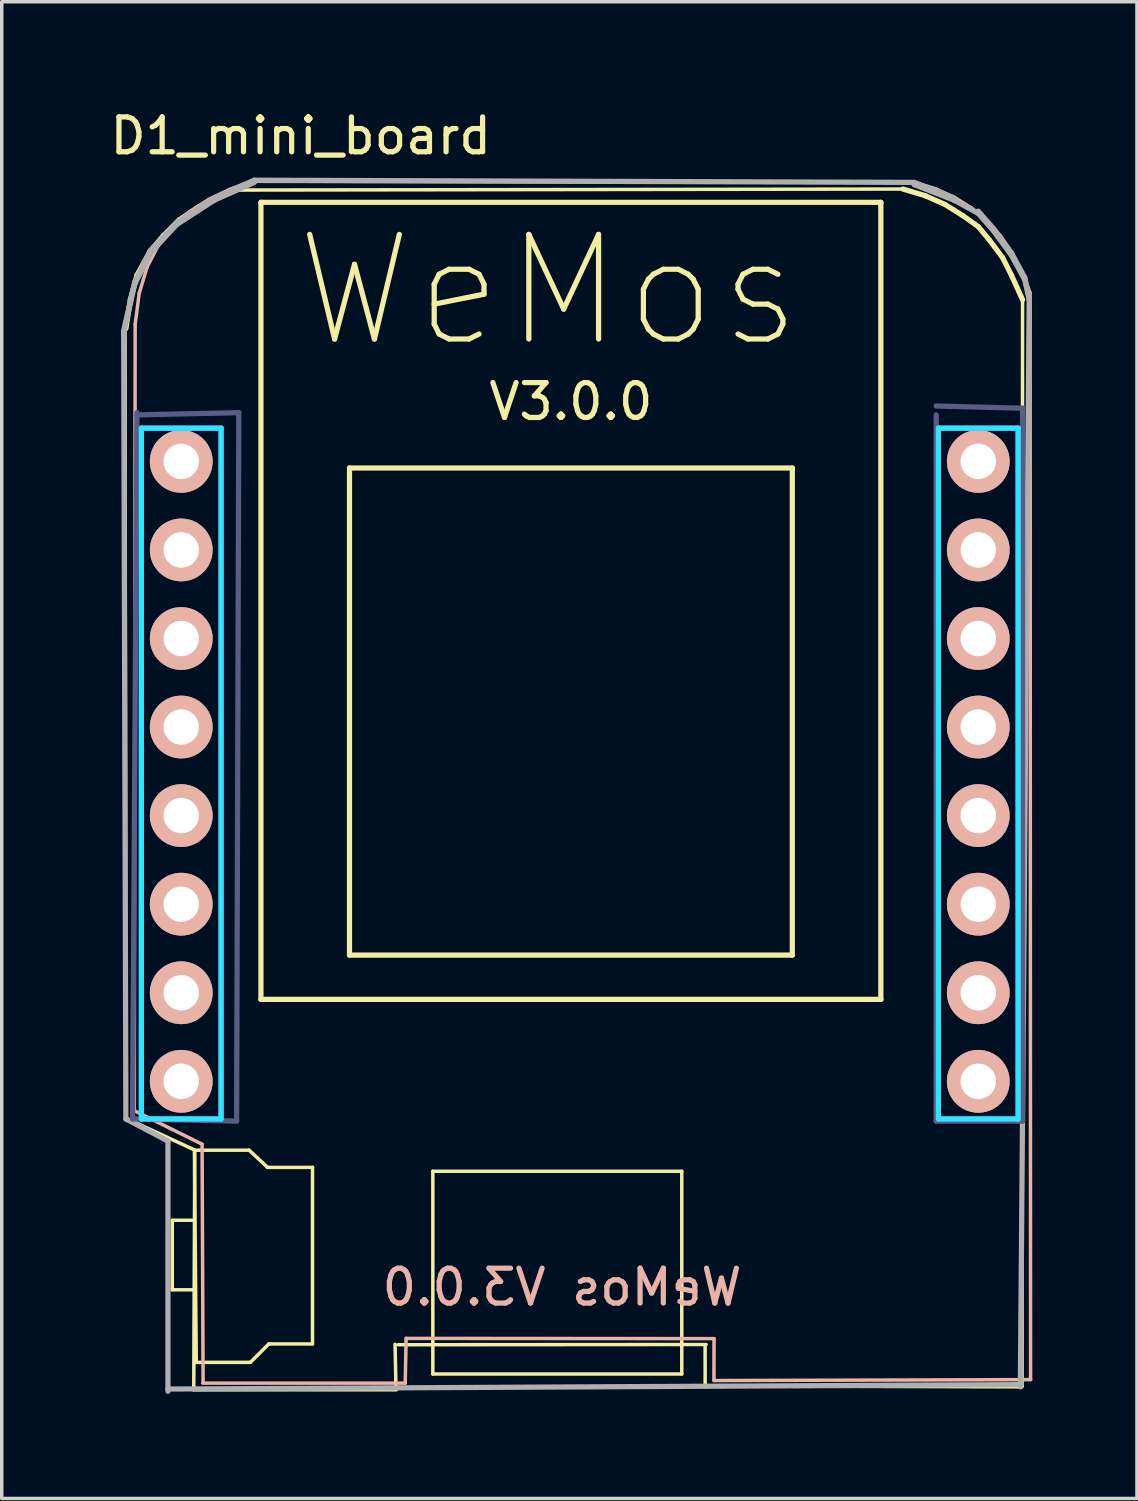
<source format=kicad_pcb>
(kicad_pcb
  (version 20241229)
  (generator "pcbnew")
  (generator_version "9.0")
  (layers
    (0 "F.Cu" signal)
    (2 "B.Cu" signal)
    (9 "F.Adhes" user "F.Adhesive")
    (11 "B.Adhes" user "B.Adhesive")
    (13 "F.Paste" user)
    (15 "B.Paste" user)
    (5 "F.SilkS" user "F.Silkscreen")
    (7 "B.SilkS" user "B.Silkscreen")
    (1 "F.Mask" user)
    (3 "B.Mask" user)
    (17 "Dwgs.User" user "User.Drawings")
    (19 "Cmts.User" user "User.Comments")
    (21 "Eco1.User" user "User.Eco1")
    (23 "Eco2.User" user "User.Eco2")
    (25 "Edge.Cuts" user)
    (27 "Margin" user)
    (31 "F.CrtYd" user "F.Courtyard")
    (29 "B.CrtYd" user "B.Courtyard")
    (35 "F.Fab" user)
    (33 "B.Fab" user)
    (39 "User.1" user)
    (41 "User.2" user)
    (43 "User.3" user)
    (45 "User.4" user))
  (footprint "D1_mini_board"
    (layer "F.Cu")
    (at 13.959 18.628)
    (property "Reference" "D1_mini_board" (at -8.382 -17.78 0) (layer "F.SilkS") (effects (font (size 1 1) (thickness 0.15))))
    (attr through_hole)
    (fp_line (start -13.399 -12.255) (end -13.271 -13.081) (stroke (width 0.15) (type solid)) (layer "F.SilkS"))
    (fp_line (start -13.399 10.351) (end -13.423 -12.205) (stroke (width 0.1) (type solid)) (layer "F.SilkS"))
    (fp_line (start -13.374 10.406) (end -11.43 11.303) (stroke (width 0.1) (type solid)) (layer "F.SilkS"))
    (fp_line (start -13.271 -13.081) (end -13.081 -13.78) (stroke (width 0.15) (type solid)) (layer "F.SilkS"))
    (fp_line (start -13.081 -13.78) (end -12.7 -14.478) (stroke (width 0.15) (type solid)) (layer "F.SilkS"))
    (fp_line (start -12.7 -14.478) (end -12.319 -14.922) (stroke (width 0.15) (type solid)) (layer "F.SilkS"))
    (fp_line (start -12.319 -14.922) (end -11.874 -15.367) (stroke (width 0.15) (type solid)) (layer "F.SilkS"))
    (fp_line (start -12.068 13.321) (end -11.451 13.321) (stroke (width 0.1) (type solid)) (layer "F.SilkS"))
    (fp_line (start -12.068 15.315) (end -12.068 13.321) (stroke (width 0.1) (type solid)) (layer "F.SilkS"))
    (fp_line (start -11.874 -15.367) (end -11.303 -15.748) (stroke (width 0.15) (type solid)) (layer "F.SilkS"))
    (fp_line (start -11.452 18.182) (end -11.423 11.374) (stroke (width 0.1) (type solid)) (layer "F.SilkS"))
    (fp_line (start -11.452 18.182) (end -5.641 18.182) (stroke (width 0.1) (type solid)) (layer "F.SilkS"))
    (fp_line (start -11.433 11.311) (end -11.38 17.396) (stroke (width 0.1) (type solid)) (layer "F.SilkS"))
    (fp_line (start -11.415 15.315) (end -12.068 15.315) (stroke (width 0.1) (type solid)) (layer "F.SilkS"))
    (fp_line (start -11.38 17.396) (end -9.828 17.396) (stroke (width 0.1) (type solid)) (layer "F.SilkS"))
    (fp_line (start -11.303 -15.748) (end -10.858 -16.002) (stroke (width 0.15) (type solid)) (layer "F.SilkS"))
    (fp_line (start -10.858 -16.002) (end -10.16 -16.256) (stroke (width 0.15) (type solid)) (layer "F.SilkS"))
    (fp_line (start -9.863 11.311) (end -11.433 11.311) (stroke (width 0.1) (type solid)) (layer "F.SilkS"))
    (fp_line (start -9.828 17.396) (end -9.299 16.867) (stroke (width 0.1) (type solid)) (layer "F.SilkS"))
    (fp_line (start -9.525 -15.875) (end 8.255 -15.875) (stroke (width 0.15) (type solid)) (layer "F.SilkS"))
    (fp_line (start -9.525 6.985) (end -9.525 -15.875) (stroke (width 0.15) (type solid)) (layer "F.SilkS"))
    (fp_line (start -9.334 11.804) (end -9.863 11.311) (stroke (width 0.1) (type solid)) (layer "F.SilkS"))
    (fp_line (start -9.299 16.867) (end -8.046 16.867) (stroke (width 0.1) (type solid)) (layer "F.SilkS"))
    (fp_line (start -8.046 11.804) (end -9.334 11.804) (stroke (width 0.1) (type solid)) (layer "F.SilkS"))
    (fp_line (start -8.046 16.867) (end -8.046 11.804) (stroke (width 0.1) (type solid)) (layer "F.SilkS"))
    (fp_line (start -6.985 -8.255) (end -6.985 5.715) (stroke (width 0.15) (type solid)) (layer "F.SilkS"))
    (fp_line (start -6.985 5.715) (end 5.715 5.715) (stroke (width 0.15) (type solid)) (layer "F.SilkS"))
    (fp_line (start -5.678 16.878) (end -5.652 18.161) (stroke (width 0.1) (type solid)) (layer "F.SilkS"))
    (fp_line (start -5.588 16.891) (end 3.243 16.884) (stroke (width 0.1) (type solid)) (layer "F.SilkS"))
    (fp_line (start -4.595 11.915) (end 2.545 11.915) (stroke (width 0.1) (type solid)) (layer "F.SilkS"))
    (fp_line (start -4.595 17.729) (end -4.595 11.915) (stroke (width 0.1) (type solid)) (layer "F.SilkS"))
    (fp_line (start 2.545 11.915) (end 2.545 17.729) (stroke (width 0.1) (type solid)) (layer "F.SilkS"))
    (fp_line (start 2.545 17.729) (end -4.595 17.729) (stroke (width 0.1) (type solid)) (layer "F.SilkS"))
    (fp_line (start 3.214 18.071) (end 12.295 18.098) (stroke (width 0.1) (type solid)) (layer "F.SilkS"))
    (fp_line (start 3.216 18.098) (end 3.214 16.895) (stroke (width 0.1) (type solid)) (layer "F.SilkS"))
    (fp_line (start 5.715 -8.255) (end -6.985 -8.255) (stroke (width 0.15) (type solid)) (layer "F.SilkS"))
    (fp_line (start 5.715 5.715) (end 5.715 -8.255) (stroke (width 0.15) (type solid)) (layer "F.SilkS"))
    (fp_line (start 8.255 -15.875) (end 8.255 6.985) (stroke (width 0.15) (type solid)) (layer "F.SilkS"))
    (fp_line (start 8.255 6.985) (end -9.525 6.985) (stroke (width 0.15) (type solid)) (layer "F.SilkS"))
    (fp_line (start 8.89 -16.256) (end -10.148 -16.227) (stroke (width 0.1) (type solid)) (layer "F.SilkS"))
    (fp_line (start 8.89 -16.256) (end 9.525 -16.066) (stroke (width 0.15) (type solid)) (layer "F.SilkS"))
    (fp_line (start 9.525 -16.066) (end 10.097 -15.812) (stroke (width 0.15) (type solid)) (layer "F.SilkS"))
    (fp_line (start 10.097 -15.812) (end 10.604 -15.494) (stroke (width 0.15) (type solid)) (layer "F.SilkS"))
    (fp_line (start 10.604 -15.494) (end 11.049 -15.177) (stroke (width 0.15) (type solid)) (layer "F.SilkS"))
    (fp_line (start 11.049 -15.177) (end 11.367 -14.796) (stroke (width 0.15) (type solid)) (layer "F.SilkS"))
    (fp_line (start 11.367 -14.796) (end 11.748 -14.287) (stroke (width 0.15) (type solid)) (layer "F.SilkS"))
    (fp_line (start 11.748 -14.287) (end 12.002 -13.78) (stroke (width 0.15) (type solid)) (layer "F.SilkS"))
    (fp_line (start 12.002 -13.78) (end 12.319 -13.081) (stroke (width 0.15) (type solid)) (layer "F.SilkS"))
    (fp_line (start 12.319 -13.081) (end 12.305 18.089) (stroke (width 0.1) (type solid)) (layer "F.SilkS"))
    (fp_line (start -13.157 10.178) (end -11.213 11.139) (stroke (width 0.1) (type solid)) (layer "B.SilkS"))
    (fp_line (start -13.132 -12.377) (end -13.157 10.178) (stroke (width 0.1) (type solid)) (layer "B.SilkS"))
    (fp_line (start -13.016 -13.27) (end -13.132 -12.377) (stroke (width 0.1) (type solid)) (layer "B.SilkS"))
    (fp_line (start -12.788 -14.025) (end -13.016 -13.27) (stroke (width 0.1) (type solid)) (layer "B.SilkS"))
    (fp_line (start -12.461 -14.657) (end -12.788 -14.025) (stroke (width 0.1) (type solid)) (layer "B.SilkS"))
    (fp_line (start -12.048 -15.18) (end -12.461 -14.657) (stroke (width 0.1) (type solid)) (layer "B.SilkS"))
    (fp_line (start -11.562 -15.609) (end -12.048 -15.18) (stroke (width 0.1) (type solid)) (layer "B.SilkS"))
    (fp_line (start -11.213 11.139) (end -11.184 17.947) (stroke (width 0.1) (type solid)) (layer "B.SilkS"))
    (fp_line (start -11.198 17.992) (end -5.387 17.992) (stroke (width 0.1) (type solid)) (layer "B.SilkS"))
    (fp_line (start -11.019 -15.959) (end -11.562 -15.609) (stroke (width 0.1) (type solid)) (layer "B.SilkS"))
    (fp_line (start -10.431 -16.243) (end -11.019 -15.959) (stroke (width 0.1) (type solid)) (layer "B.SilkS"))
    (fp_line (start -9.811 -16.477) (end -10.431 -16.243) (stroke (width 0.1) (type solid)) (layer "B.SilkS"))
    (fp_line (start -5.387 17.992) (end -5.361 16.708) (stroke (width 0.1) (type solid)) (layer "B.SilkS"))
    (fp_line (start -5.361 16.708) (end 3.47 16.715) (stroke (width 0.1) (type solid)) (layer "B.SilkS"))
    (fp_line (start 3.468 17.917) (end 12.549 17.891) (stroke (width 0.1) (type solid)) (layer "B.SilkS"))
    (fp_line (start 3.47 16.715) (end 3.468 17.917) (stroke (width 0.1) (type solid)) (layer "B.SilkS"))
    (fp_line (start 9.226 -16.448) (end -9.811 -16.477) (stroke (width 0.1) (type solid)) (layer "B.SilkS"))
    (fp_line (start 9.824 -16.263) (end 9.226 -16.448) (stroke (width 0.1) (type solid)) (layer "B.SilkS"))
    (fp_line (start 10.368 -16.016) (end 9.824 -16.263) (stroke (width 0.1) (type solid)) (layer "B.SilkS"))
    (fp_line (start 10.86 -15.708) (end 10.368 -16.016) (stroke (width 0.1) (type solid)) (layer "B.SilkS"))
    (fp_line (start 11.298 -15.34) (end 10.86 -15.708) (stroke (width 0.1) (type solid)) (layer "B.SilkS"))
    (fp_line (start 11.684 -14.913) (end 11.298 -15.34) (stroke (width 0.1) (type solid)) (layer "B.SilkS"))
    (fp_line (start 12.019 -14.427) (end 11.684 -14.913) (stroke (width 0.1) (type solid)) (layer "B.SilkS"))
    (fp_line (start 12.302 -13.882) (end 12.019 -14.427) (stroke (width 0.1) (type solid)) (layer "B.SilkS"))
    (fp_line (start 12.535 -13.279) (end 12.302 -13.882) (stroke (width 0.1) (type solid)) (layer "B.SilkS"))
    (fp_line (start 12.549 17.891) (end 12.535 -13.279) (stroke (width 0.1) (type solid)) (layer "B.SilkS"))
    (fp_line (start -12.954 -9.398) (end -10.668 -9.398) (stroke (width 0.15) (type solid)) (layer "B.CrtYd"))
    (fp_line (start -12.954 10.414) (end -12.954 -9.398) (stroke (width 0.15) (type solid)) (layer "B.CrtYd"))
    (fp_line (start -10.668 -9.398) (end -10.668 10.414) (stroke (width 0.15) (type solid)) (layer "B.CrtYd"))
    (fp_line (start -10.668 10.414) (end -12.954 10.414) (stroke (width 0.15) (type solid)) (layer "B.CrtYd"))
    (fp_line (start 9.906 -9.398) (end 12.192 -9.398) (stroke (width 0.15) (type solid)) (layer "B.CrtYd"))
    (fp_line (start 9.906 10.414) (end 9.906 -9.398) (stroke (width 0.15) (type solid)) (layer "B.CrtYd"))
    (fp_line (start 12.192 -9.398) (end 12.192 10.414) (stroke (width 0.15) (type solid)) (layer "B.CrtYd"))
    (fp_line (start 12.192 10.414) (end 9.906 10.414) (stroke (width 0.15) (type solid)) (layer "B.CrtYd"))
    (fp_line (start -12.954 -9.398) (end -10.668 -9.398) (stroke (width 0.15) (type solid)) (layer "F.CrtYd"))
    (fp_line (start -12.954 10.414) (end -12.954 -9.398) (stroke (width 0.15) (type solid)) (layer "F.CrtYd"))
    (fp_line (start -10.668 -9.398) (end -10.668 10.414) (stroke (width 0.15) (type solid)) (layer "F.CrtYd"))
    (fp_line (start -10.668 10.414) (end -12.954 10.414) (stroke (width 0.15) (type solid)) (layer "F.CrtYd"))
    (fp_line (start 9.906 -9.398) (end 12.192 -9.398) (stroke (width 0.15) (type solid)) (layer "F.CrtYd"))
    (fp_line (start 9.906 10.414) (end 9.906 -9.398) (stroke (width 0.15) (type solid)) (layer "F.CrtYd"))
    (fp_line (start 12.192 -9.398) (end 12.192 10.414) (stroke (width 0.15) (type solid)) (layer "F.CrtYd"))
    (fp_line (start 12.192 10.414) (end 9.906 10.414) (stroke (width 0.15) (type solid)) (layer "F.CrtYd"))
    (fp_line (start -13.208 10.414) (end -13.081 -9.842) (stroke (width 0.15) (type solid)) (layer "B.Fab"))
    (fp_line (start -13.081 -9.779) (end -10.16 -9.842) (stroke (width 0.15) (type solid)) (layer "B.Fab"))
    (fp_line (start -10.223 10.477) (end -13.208 10.414) (stroke (width 0.15) (type solid)) (layer "B.Fab"))
    (fp_line (start -10.16 -9.842) (end -10.223 10.477) (stroke (width 0.15) (type solid)) (layer "B.Fab"))
    (fp_line (start 9.842 -9.779) (end 9.842 10.477) (stroke (width 0.15) (type solid)) (layer "B.Fab"))
    (fp_line (start 9.842 10.477) (end 12.319 10.477) (stroke (width 0.15) (type solid)) (layer "B.Fab"))
    (fp_line (start 12.319 -9.97) (end 9.842 -10.033) (stroke (width 0.15) (type solid)) (layer "B.Fab"))
    (fp_line (start 12.319 10.477) (end 12.319 -9.97) (stroke (width 0.15) (type solid)) (layer "B.Fab"))
    (fp_line (start -13.462 -12.192) (end -13.145 -13.589) (stroke (width 0.15) (type solid)) (layer "F.Fab"))
    (fp_line (start -13.462 -12.129) (end -13.145 -13.525) (stroke (width 0.15) (type solid)) (layer "F.Fab"))
    (fp_line (start -13.399 10.414) (end -13.462 -12.129) (stroke (width 0.15) (type solid)) (layer "F.Fab"))
    (fp_line (start -13.145 -13.589) (end -12.7 -14.478) (stroke (width 0.15) (type solid)) (layer "F.Fab"))
    (fp_line (start -13.145 -13.525) (end -12.7 -14.415) (stroke (width 0.15) (type solid)) (layer "F.Fab"))
    (fp_line (start -12.7 -14.478) (end -11.938 -15.303) (stroke (width 0.15) (type solid)) (layer "F.Fab"))
    (fp_line (start -12.7 -14.415) (end -11.938 -15.24) (stroke (width 0.15) (type solid)) (layer "F.Fab"))
    (fp_line (start -12.192 11.049) (end -13.399 10.414) (stroke (width 0.15) (type solid)) (layer "F.Fab"))
    (fp_line (start -12.192 18.224) (end -12.192 11.049) (stroke (width 0.15) (type solid)) (layer "F.Fab"))
    (fp_line (start -11.938 -15.303) (end -10.858 -16.002) (stroke (width 0.15) (type solid)) (layer "F.Fab"))
    (fp_line (start -11.938 -15.24) (end -10.858 -15.938) (stroke (width 0.15) (type solid)) (layer "F.Fab"))
    (fp_line (start -10.858 -16.002) (end -9.716 -16.51) (stroke (width 0.15) (type solid)) (layer "F.Fab"))
    (fp_line (start -10.858 -15.938) (end -9.716 -16.447) (stroke (width 0.15) (type solid)) (layer "F.Fab"))
    (fp_line (start -9.716 -16.51) (end 9.207 -16.447) (stroke (width 0.15) (type solid)) (layer "F.Fab"))
    (fp_line (start 9.207 -16.447) (end 10.351 -16.002) (stroke (width 0.15) (type solid)) (layer "F.Fab"))
    (fp_line (start 9.207 -16.383) (end 10.351 -15.938) (stroke (width 0.15) (type solid)) (layer "F.Fab"))
    (fp_line (start 10.351 -15.938) (end 11.049 -15.557) (stroke (width 0.15) (type solid)) (layer "F.Fab"))
    (fp_line (start 11.049 -15.621) (end 11.493 -15.113) (stroke (width 0.15) (type solid)) (layer "F.Fab"))
    (fp_line (start 11.049 -15.557) (end 11.493 -15.05) (stroke (width 0.15) (type solid)) (layer "F.Fab"))
    (fp_line (start 11.493 -15.113) (end 12.002 -14.415) (stroke (width 0.15) (type solid)) (layer "F.Fab"))
    (fp_line (start 11.493 -15.05) (end 12.002 -14.351) (stroke (width 0.15) (type solid)) (layer "F.Fab"))
    (fp_line (start 12.002 -14.415) (end 12.383 -13.716) (stroke (width 0.15) (type solid)) (layer "F.Fab"))
    (fp_line (start 12.002 -14.351) (end 12.383 -13.652) (stroke (width 0.15) (type solid)) (layer "F.Fab"))
    (fp_line (start 12.255 18.034) (end -12.192 18.161) (stroke (width 0.15) (type solid)) (layer "F.Fab"))
    (fp_line (start 12.383 -13.716) (end 12.509 -13.145) (stroke (width 0.15) (type solid)) (layer "F.Fab"))
    (fp_line (start 12.383 -13.652) (end 12.509 -13.081) (stroke (width 0.15) (type solid)) (layer "F.Fab"))
    (fp_line (start 12.509 -13.081) (end 12.255 18.098) (stroke (width 0.15) (type solid)) (layer "F.Fab"))
    (fp_text user "WeMos" (at -1.27 -13.335 180) (layer "F.SilkS") (effects (font (size 3 3) (thickness 0.15))))
    (fp_text user "V3.0.0" (at -0.635 -10.16 0) (layer "F.SilkS") (effects (font (size 1 1) (thickness 0.15))))
    (fp_text user "WeMos V3.0.0" (at -0.889 15.24 180) (layer "B.SilkS") (effects (font (size 1 1) (thickness 0.15)) (justify mirror)))
    (pad "1" thru_hole circle (at 11.049 9.335 180) (size 1.8 1.8) (drill 1.016) (layers "*.Cu" "*.Mask" "B.SilkS"))
    (pad "2" thru_hole circle (at 11.049 6.795 180) (size 1.8 1.8) (drill 1.016) (layers "*.Cu" "*.Mask" "B.SilkS"))
    (pad "3" thru_hole circle (at 11.049 4.255 180) (size 1.8 1.8) (drill 1.016) (layers "*.Cu" "*.Mask" "B.SilkS"))
    (pad "4" thru_hole circle (at 11.049 1.714 180) (size 1.8 1.8) (drill 1.016) (layers "*.Cu" "*.Mask" "B.SilkS"))
    (pad "5" thru_hole circle (at 11.049 -0.826 180) (size 1.8 1.8) (drill 1.016) (layers "*.Cu" "*.Mask" "B.SilkS"))
    (pad "6" thru_hole circle (at 11.049 -3.365 180) (size 1.8 1.8) (drill 1.016) (layers "*.Cu" "*.Mask" "B.SilkS"))
    (pad "7" thru_hole circle (at 11.049 -5.905 180) (size 1.8 1.8) (drill 1.016) (layers "*.Cu" "*.Mask" "B.SilkS"))
    (pad "8" thru_hole circle (at 11.049 -8.445 180) (size 1.8 1.8) (drill 1.016) (layers "*.Cu" "*.Mask" "B.SilkS"))
    (pad "9" thru_hole circle (at -11.811 -8.445 180) (size 1.8 1.8) (drill 1.016) (layers "*.Cu" "*.Mask" "B.SilkS"))
    (pad "10" thru_hole circle (at -11.811 -5.905 180) (size 1.8 1.8) (drill 1.016) (layers "*.Cu" "*.Mask" "B.SilkS"))
    (pad "11" thru_hole circle (at -11.811 -3.365 180) (size 1.8 1.8) (drill 1.016) (layers "*.Cu" "*.Mask" "B.SilkS"))
    (pad "12" thru_hole circle (at -11.811 -0.826 180) (size 1.8 1.8) (drill 1.016) (layers "*.Cu" "*.Mask" "B.SilkS"))
    (pad "13" thru_hole circle (at -11.811 1.714 180) (size 1.8 1.8) (drill 1.016) (layers "*.Cu" "*.Mask" "B.SilkS"))
    (pad "14" thru_hole circle (at -11.811 4.255 180) (size 1.8 1.8) (drill 1.016) (layers "*.Cu" "*.Mask" "B.SilkS"))
    (pad "15" thru_hole circle (at -11.811 6.795 180) (size 1.8 1.8) (drill 1.016) (layers "*.Cu" "*.Mask" "B.SilkS"))
    (pad "16" thru_hole circle (at -11.811 9.335 180) (size 1.8 1.8) (drill 1.016) (layers "*.Cu" "*.Mask" "B.SilkS")))
  (gr_rect
    (start -3 -3)
    (end 29.559 39.928)
    (stroke (width 0.1) (type default))
    (fill no)
    (layer "Edge.Cuts")))
</source>
